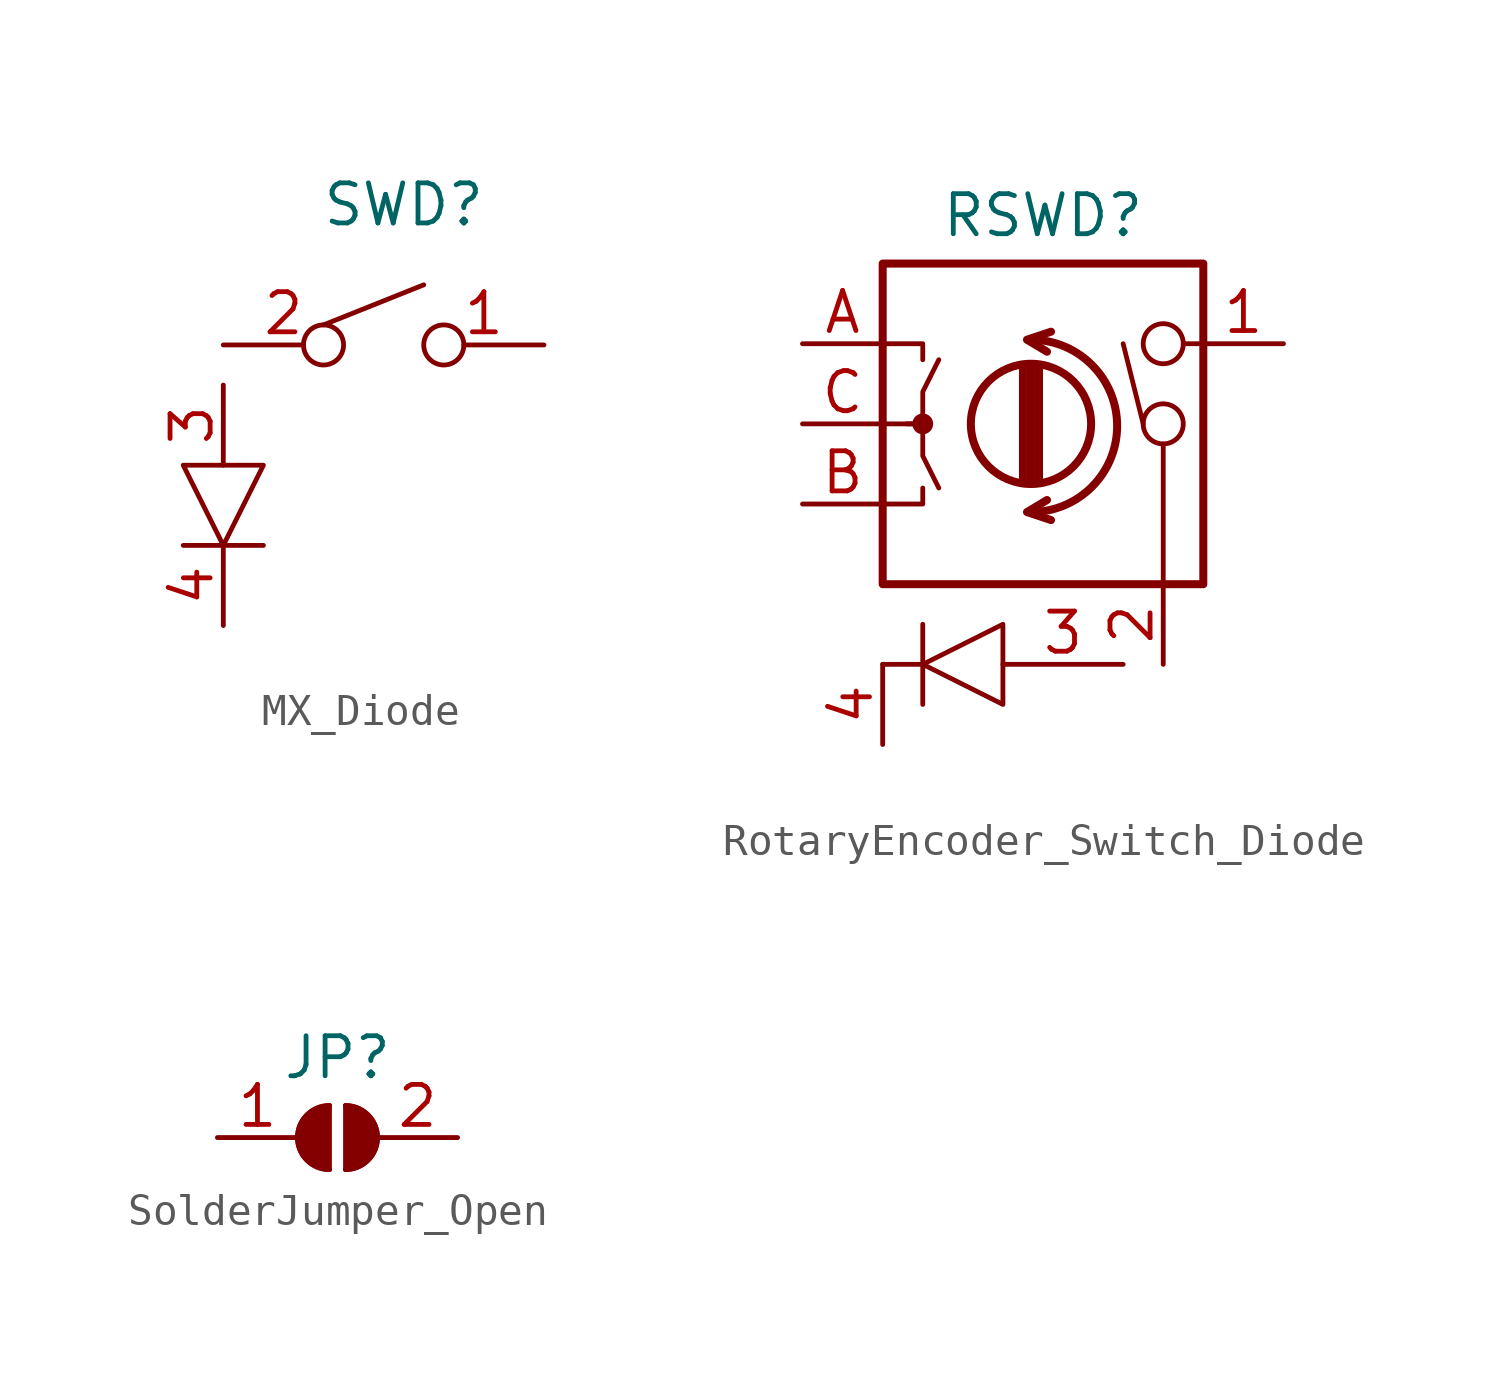
<source format=kicad_sym>
(kicad_symbol_lib
  (version 20211014)
  (generator kicad_symbol_editor)
  (symbol "MX_Diode"
    (pin_names
      (offset 1.016))
    (property "Reference" "SWD"
      (at 0.635 6.985 0)
      (effects (font (size 1.27 1.27))))
    (symbol "MX_Diode_0_1"
      (polyline (pts (xy -3.81 -3.81) (xy -6.35 -3.81)) (stroke (width 0) (type default) (color 0 0 0 0)) (fill (type none)))
      (polyline (pts (xy -1.905 3.175) (xy 1.27 4.445)) (stroke (width 0) (type default) (color 0 0 0 0)) (fill (type none)))
      (polyline (pts (xy -3.81 -1.27) (xy -6.35 -1.27) (xy -5.08 -3.81) (xy -3.81 -1.27)) (stroke (width 0) (type default) (color 0 0 0 0)) (fill (type none))))
    (symbol "MX_Diode_1_1"
      (pin passive inverted (at 5.08 2.54 180) (length 3.81) (name "~" (effects (font (size 1.27 1.27)))) (number "1" (effects (font (size 1.27 1.27)))))
      (pin passive inverted (at -5.08 2.54 0) (length 3.81) (name "~" (effects (font (size 1.27 1.27)))) (number "2" (effects (font (size 1.27 1.27)))))
      (pin passive line (at -5.08 1.27 270) (length 2.54) (name "~" (effects (font (size 1.27 1.27)))) (number "3" (effects (font (size 1.27 1.27)))))
      (pin passive line (at -5.08 -6.35 90) (length 2.54) (name "~" (effects (font (size 1.27 1.27)))) (number "4" (effects (font (size 1.27 1.27)))))))
  (symbol "RotaryEncoder_Switch_Diode"
    (pin_names
      (offset 0.254) hide)
    (property "Reference" "RSWD"
      (at 0 6.604 0)
      (effects (font (size 1.27 1.27))))
    (symbol "RotaryEncoder_Switch_Diode_0_1"
      (rectangle (start -5.08 5.08) (end 5.08 -5.08) (stroke (width 0.254) (type default) (color 0 0 0 0)) (fill (type none)))
      (circle (center -3.81 0) (radius 0.254) (stroke (width 0) (type default) (color 0 0 0 0)) (fill (type outline)))
      (arc (start -0.381 -2.794) (mid 2.3622 -0.0635) (end -0.381 2.667) (stroke (width 0.254) (type default) (color 0 0 0 0)) (fill (type none)))
      (circle (center -0.381 0) (radius 1.905) (stroke (width 0.254) (type default) (color 0 0 0 0)) (fill (type none)))
      (polyline (pts (xy -5.08 -7.62) (xy -3.81 -7.62)) (stroke (width 0) (type default) (color 0 0 0 0)) (fill (type none)))
      (polyline (pts (xy -3.81 -8.89) (xy -3.81 -6.35)) (stroke (width 0) (type default) (color 0 0 0 0)) (fill (type none)))
      (polyline (pts (xy -0.635 -1.778) (xy -0.635 1.778)) (stroke (width 0.254) (type default) (color 0 0 0 0)) (fill (type none)))
      (polyline (pts (xy -0.381 -1.778) (xy -0.381 1.778)) (stroke (width 0.254) (type default) (color 0 0 0 0)) (fill (type none)))
      (polyline (pts (xy -0.127 1.778) (xy -0.127 -1.778)) (stroke (width 0.254) (type default) (color 0 0 0 0)) (fill (type none)))
      (polyline (pts (xy 3.175 0) (xy 2.54 2.54)) (stroke (width 0) (type default) (color 0 0 0 0)) (fill (type none)))
      (polyline (pts (xy 3.81 -5.08) (xy 3.81 -0.635)) (stroke (width 0) (type default) (color 0 0 0 0)) (fill (type none)))
      (polyline (pts (xy 5.08 2.54) (xy 4.445 2.54)) (stroke (width 0) (type default) (color 0 0 0 0)) (fill (type none)))
      (polyline (pts (xy -5.08 -2.54) (xy -3.81 -2.54) (xy -3.81 -2.032)) (stroke (width 0) (type default) (color 0 0 0 0)) (fill (type none)))
      (polyline (pts (xy -5.08 2.54) (xy -3.81 2.54) (xy -3.81 2.032)) (stroke (width 0) (type default) (color 0 0 0 0)) (fill (type none)))
      (polyline (pts (xy 0.254 -3.048) (xy -0.508 -2.794) (xy 0.127 -2.413)) (stroke (width 0.254) (type default) (color 0 0 0 0)) (fill (type none)))
      (polyline (pts (xy 0.254 2.921) (xy -0.508 2.667) (xy 0.127 2.286)) (stroke (width 0.254) (type default) (color 0 0 0 0)) (fill (type none)))
      (polyline (pts (xy -5.08 0) (xy -3.81 0) (xy -3.81 -1.016) (xy -3.302 -2.032)) (stroke (width 0) (type default) (color 0 0 0 0)) (fill (type none)))
      (polyline (pts (xy -4.318 0) (xy -3.81 0) (xy -3.81 1.016) (xy -3.302 2.032)) (stroke (width 0) (type default) (color 0 0 0 0)) (fill (type none)))
      (polyline (pts (xy -1.27 -8.89) (xy -1.27 -6.35) (xy -3.81 -7.62) (xy -1.27 -8.89)) (stroke (width 0) (type default) (color 0 0 0 0)) (fill (type none)))
      (circle (center 3.81 0) (radius 0.635) (stroke (width 0) (type default) (color 0 0 0 0)) (fill (type none)))
      (circle (center 3.81 2.54) (radius 0.635) (stroke (width 0) (type default) (color 0 0 0 0)) (fill (type none))))
    (symbol "RotaryEncoder_Switch_Diode_1_1"
      (pin passive line (at 7.62 2.54 180) (length 2.54) (name "~" (effects (font (size 1.27 1.27)))) (number "1" (effects (font (size 1.27 1.27)))))
      (pin passive line (at 3.81 -7.62 90) (length 2.54) (name "~" (effects (font (size 1.27 1.27)))) (number "2" (effects (font (size 1.27 1.27)))))
      (pin passive line (at 2.54 -7.62 180) (length 3.81) (name "~" (effects (font (size 1.27 1.27)))) (number "3" (effects (font (size 1.27 1.27)))))
      (pin passive line (at -5.08 -10.16 90) (length 2.54) (name "~" (effects (font (size 1.27 1.27)))) (number "4" (effects (font (size 1.27 1.27)))))
      (pin passive line (at -7.62 2.54 0) (length 2.54) (name "A" (effects (font (size 1.27 1.27)))) (number "A" (effects (font (size 1.27 1.27)))))
      (pin passive line (at -7.62 -2.54 0) (length 2.54) (name "B" (effects (font (size 1.27 1.27)))) (number "B" (effects (font (size 1.27 1.27)))))
      (pin passive line (at -7.62 0 0) (length 2.54) (name "C" (effects (font (size 1.27 1.27)))) (number "C" (effects (font (size 1.27 1.27)))))))
  (symbol "SolderJumper_Open"
    (pin_names
      (offset 0) hide)
    (property "Reference" "JP"
      (at 0 2.54 0)
      (effects (font (size 1.27 1.27))))
    (symbol "SolderJumper_Open_0_1"
      (arc (start -0.254 1.016) (mid -1.27 0) (end -0.254 -1.016) (stroke (width 0) (type default) (color 0 0 0 0)) (fill (type none)))
      (arc (start -0.254 1.016) (mid -1.27 0) (end -0.254 -1.016) (stroke (width 0) (type default) (color 0 0 0 0)) (fill (type outline)))
      (polyline (pts (xy -0.254 1.016) (xy -0.254 -1.016)) (stroke (width 0) (type default) (color 0 0 0 0)) (fill (type none)))
      (polyline (pts (xy 0.254 1.016) (xy 0.254 -1.016)) (stroke (width 0) (type default) (color 0 0 0 0)) (fill (type none)))
      (arc (start 0.254 -1.016) (mid 1.27 0) (end 0.254 1.016) (stroke (width 0) (type default) (color 0 0 0 0)) (fill (type none)))
      (arc (start 0.254 -1.016) (mid 1.27 0) (end 0.254 1.016) (stroke (width 0) (type default) (color 0 0 0 0)) (fill (type outline))))
    (symbol "SolderJumper_Open_1_1"
      (pin passive line (at -3.81 0 0) (length 2.54) (name "~" (effects (font (size 1.27 1.27)))) (number "1" (effects (font (size 1.27 1.27)))))
      (pin passive line (at 3.81 0 180) (length 2.54) (name "~" (effects (font (size 1.27 1.27)))) (number "2" (effects (font (size 1.27 1.27))))))))
</source>
